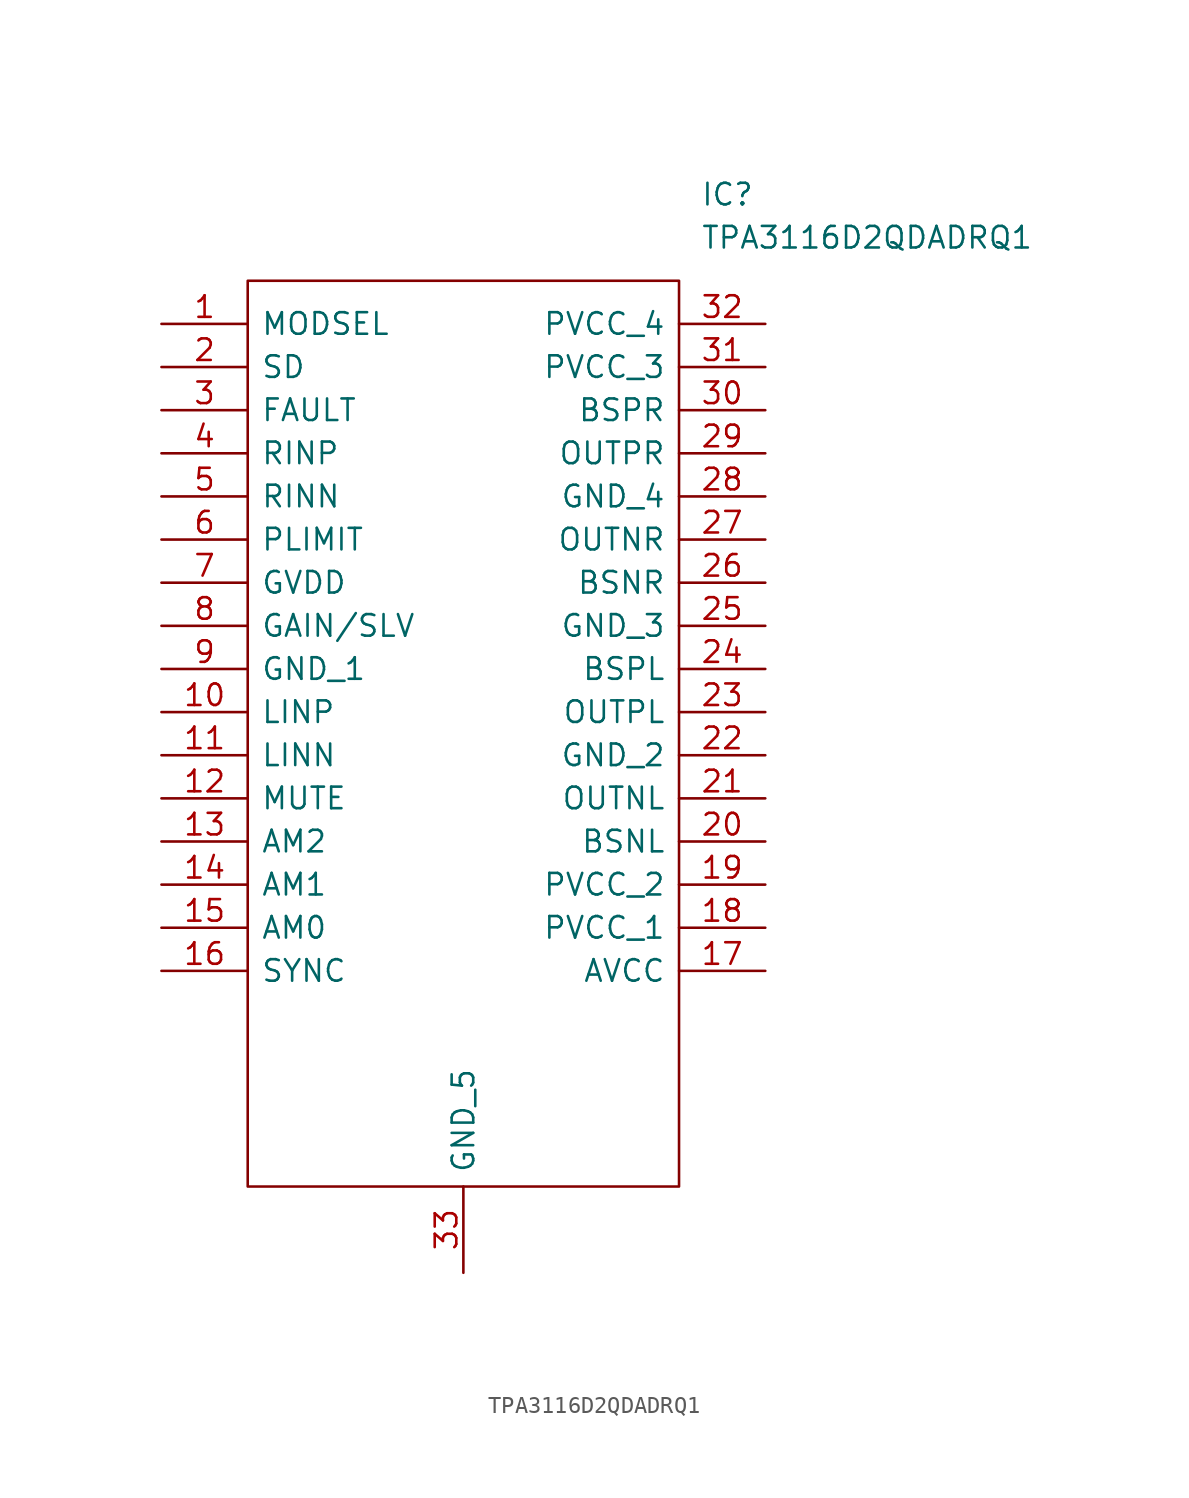
<source format=kicad_sym>
(kicad_symbol_lib
  (version 20220914)
  (generator kicad_symbol_editor)
  (symbol "TPA3116D2QDADRQ1"
    (pin_names
      (offset 0.762))
    (property "Reference" "IC"
      (at 31.75 7.62 0)
      (effects (font (size 1.27 1.27)) (justify left)))
    (property "Value" "TPA3116D2QDADRQ1"
      (at 31.75 5.08 0)
      (effects (font (size 1.27 1.27)) (justify left)))
    (symbol "TPA3116D2QDADRQ1_0_0"
      (pin passive line (at 0 0 0) (length 5.08) (name "MODSEL" (effects (font (size 1.27 1.27)))) (number "1" (effects (font (size 1.27 1.27)))))
      (pin passive line (at 0 -22.86 0) (length 5.08) (name "LINP" (effects (font (size 1.27 1.27)))) (number "10" (effects (font (size 1.27 1.27)))))
      (pin passive line (at 0 -25.4 0) (length 5.08) (name "LINN" (effects (font (size 1.27 1.27)))) (number "11" (effects (font (size 1.27 1.27)))))
      (pin passive line (at 0 -27.94 0) (length 5.08) (name "MUTE" (effects (font (size 1.27 1.27)))) (number "12" (effects (font (size 1.27 1.27)))))
      (pin passive line (at 0 -30.48 0) (length 5.08) (name "AM2" (effects (font (size 1.27 1.27)))) (number "13" (effects (font (size 1.27 1.27)))))
      (pin passive line (at 0 -33.02 0) (length 5.08) (name "AM1" (effects (font (size 1.27 1.27)))) (number "14" (effects (font (size 1.27 1.27)))))
      (pin passive line (at 0 -35.56 0) (length 5.08) (name "AM0" (effects (font (size 1.27 1.27)))) (number "15" (effects (font (size 1.27 1.27)))))
      (pin passive line (at 0 -38.1 0) (length 5.08) (name "SYNC" (effects (font (size 1.27 1.27)))) (number "16" (effects (font (size 1.27 1.27)))))
      (pin passive line (at 35.56 -38.1 180) (length 5.08) (name "AVCC" (effects (font (size 1.27 1.27)))) (number "17" (effects (font (size 1.27 1.27)))))
      (pin passive line (at 35.56 -35.56 180) (length 5.08) (name "PVCC_1" (effects (font (size 1.27 1.27)))) (number "18" (effects (font (size 1.27 1.27)))))
      (pin passive line (at 35.56 -33.02 180) (length 5.08) (name "PVCC_2" (effects (font (size 1.27 1.27)))) (number "19" (effects (font (size 1.27 1.27)))))
      (pin passive line (at 0 -2.54 0) (length 5.08) (name "SD" (effects (font (size 1.27 1.27)))) (number "2" (effects (font (size 1.27 1.27)))))
      (pin passive line (at 35.56 -30.48 180) (length 5.08) (name "BSNL" (effects (font (size 1.27 1.27)))) (number "20" (effects (font (size 1.27 1.27)))))
      (pin passive line (at 35.56 -27.94 180) (length 5.08) (name "OUTNL" (effects (font (size 1.27 1.27)))) (number "21" (effects (font (size 1.27 1.27)))))
      (pin passive line (at 35.56 -25.4 180) (length 5.08) (name "GND_2" (effects (font (size 1.27 1.27)))) (number "22" (effects (font (size 1.27 1.27)))))
      (pin passive line (at 35.56 -22.86 180) (length 5.08) (name "OUTPL" (effects (font (size 1.27 1.27)))) (number "23" (effects (font (size 1.27 1.27)))))
      (pin passive line (at 35.56 -20.32 180) (length 5.08) (name "BSPL" (effects (font (size 1.27 1.27)))) (number "24" (effects (font (size 1.27 1.27)))))
      (pin passive line (at 35.56 -17.78 180) (length 5.08) (name "GND_3" (effects (font (size 1.27 1.27)))) (number "25" (effects (font (size 1.27 1.27)))))
      (pin passive line (at 35.56 -15.24 180) (length 5.08) (name "BSNR" (effects (font (size 1.27 1.27)))) (number "26" (effects (font (size 1.27 1.27)))))
      (pin passive line (at 35.56 -12.7 180) (length 5.08) (name "OUTNR" (effects (font (size 1.27 1.27)))) (number "27" (effects (font (size 1.27 1.27)))))
      (pin passive line (at 35.56 -10.16 180) (length 5.08) (name "GND_4" (effects (font (size 1.27 1.27)))) (number "28" (effects (font (size 1.27 1.27)))))
      (pin passive line (at 35.56 -7.62 180) (length 5.08) (name "OUTPR" (effects (font (size 1.27 1.27)))) (number "29" (effects (font (size 1.27 1.27)))))
      (pin passive line (at 0 -5.08 0) (length 5.08) (name "FAULT" (effects (font (size 1.27 1.27)))) (number "3" (effects (font (size 1.27 1.27)))))
      (pin passive line (at 35.56 -5.08 180) (length 5.08) (name "BSPR" (effects (font (size 1.27 1.27)))) (number "30" (effects (font (size 1.27 1.27)))))
      (pin passive line (at 35.56 -2.54 180) (length 5.08) (name "PVCC_3" (effects (font (size 1.27 1.27)))) (number "31" (effects (font (size 1.27 1.27)))))
      (pin passive line (at 35.56 0 180) (length 5.08) (name "PVCC_4" (effects (font (size 1.27 1.27)))) (number "32" (effects (font (size 1.27 1.27)))))
      (pin passive line (at 17.78 -55.88 90) (length 5.08) (name "GND_5" (effects (font (size 1.27 1.27)))) (number "33" (effects (font (size 1.27 1.27)))))
      (pin passive line (at 0 -7.62 0) (length 5.08) (name "RINP" (effects (font (size 1.27 1.27)))) (number "4" (effects (font (size 1.27 1.27)))))
      (pin passive line (at 0 -10.16 0) (length 5.08) (name "RINN" (effects (font (size 1.27 1.27)))) (number "5" (effects (font (size 1.27 1.27)))))
      (pin passive line (at 0 -12.7 0) (length 5.08) (name "PLIMIT" (effects (font (size 1.27 1.27)))) (number "6" (effects (font (size 1.27 1.27)))))
      (pin passive line (at 0 -15.24 0) (length 5.08) (name "GVDD" (effects (font (size 1.27 1.27)))) (number "7" (effects (font (size 1.27 1.27)))))
      (pin passive line (at 0 -17.78 0) (length 5.08) (name "GAIN/SLV" (effects (font (size 1.27 1.27)))) (number "8" (effects (font (size 1.27 1.27)))))
      (pin passive line (at 0 -20.32 0) (length 5.08) (name "GND_1" (effects (font (size 1.27 1.27)))) (number "9" (effects (font (size 1.27 1.27))))))
    (symbol "TPA3116D2QDADRQ1_0_1"
      (polyline (pts (xy 5.08 2.54) (xy 30.48 2.54) (xy 30.48 -50.8) (xy 5.08 -50.8) (xy 5.08 2.54)) (stroke (width 0.152) (type solid)) (fill (type none))))))
</source>
